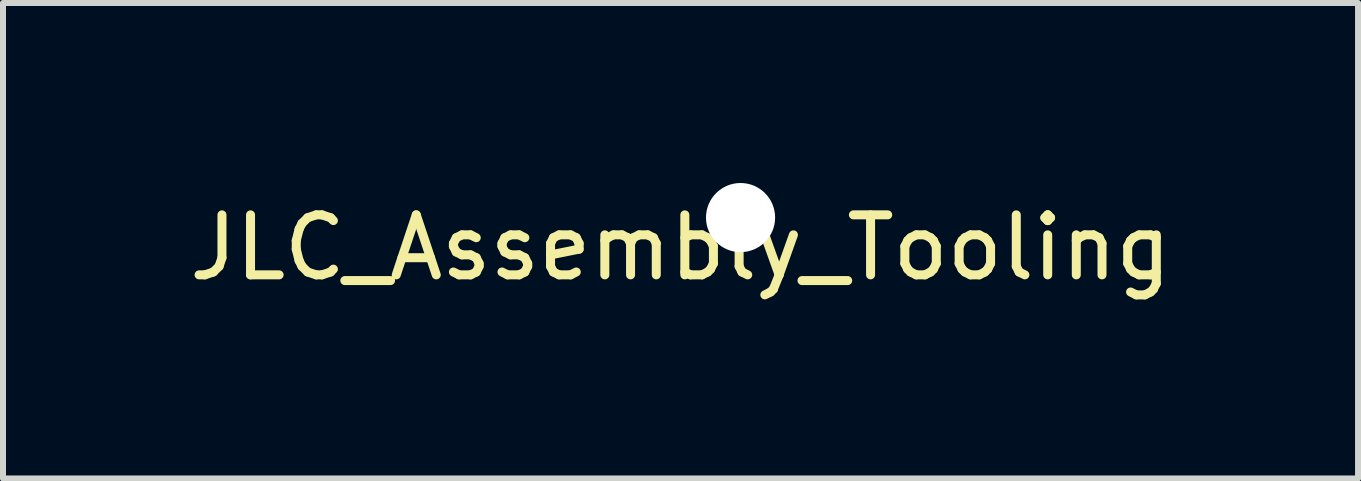
<source format=kicad_pcb>
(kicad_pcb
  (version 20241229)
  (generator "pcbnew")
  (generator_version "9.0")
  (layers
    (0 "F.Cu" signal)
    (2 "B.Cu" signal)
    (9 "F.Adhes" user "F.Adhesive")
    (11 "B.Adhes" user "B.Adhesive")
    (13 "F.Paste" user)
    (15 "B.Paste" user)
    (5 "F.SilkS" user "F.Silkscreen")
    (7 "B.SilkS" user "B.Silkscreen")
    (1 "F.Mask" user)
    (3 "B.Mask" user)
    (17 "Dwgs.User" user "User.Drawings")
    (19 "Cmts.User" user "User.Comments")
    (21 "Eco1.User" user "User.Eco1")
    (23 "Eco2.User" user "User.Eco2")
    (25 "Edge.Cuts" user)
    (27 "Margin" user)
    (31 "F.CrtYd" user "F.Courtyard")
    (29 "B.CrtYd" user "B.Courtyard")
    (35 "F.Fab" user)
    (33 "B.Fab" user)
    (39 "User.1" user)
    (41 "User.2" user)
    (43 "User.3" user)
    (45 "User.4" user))
  (footprint "JLC_Assembly_Tooling"
    (layer "F.Cu")
    (at 9.292 0.576)
    (property "Reference" "JLC_Assembly_Tooling" (at -1 0.5 0) (unlocked yes) (layer "F.SilkS") (effects (font (size 1 1) (thickness 0.15))))
    (pad "" np_thru_hole circle (at 0 0) (size 1.152 1.152) (drill 1.152) (layers "*.Cu" "*.Mask")))
  (gr_rect
    (start -3 -3)
    (end 19.583 4.924)
    (stroke (width 0.1) (type default))
    (fill no)
    (layer "Edge.Cuts")))
</source>
